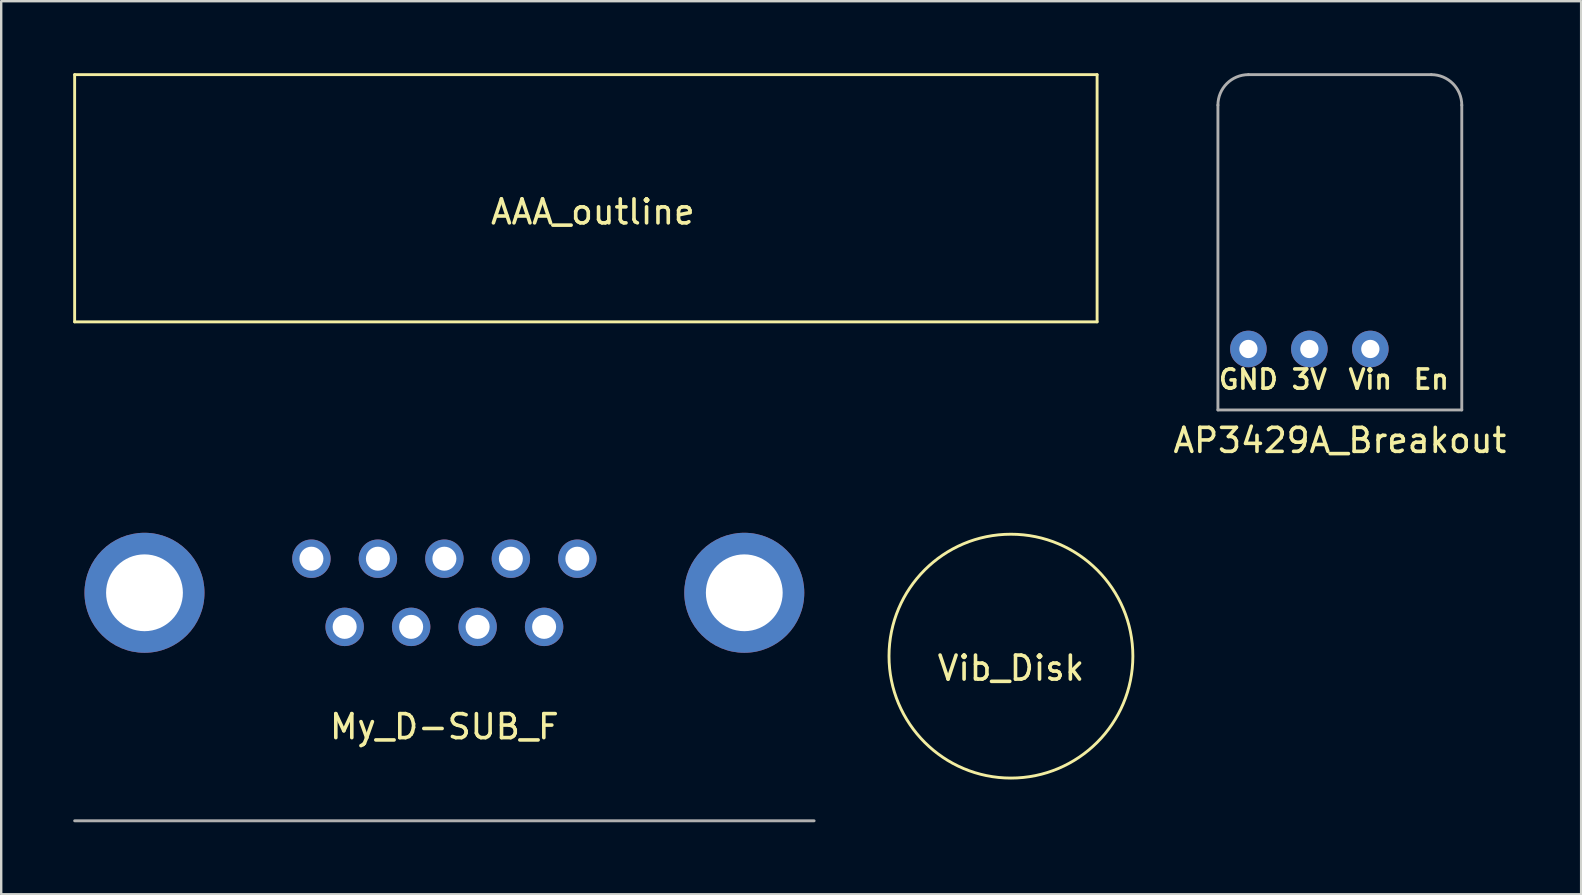
<source format=kicad_pcb>
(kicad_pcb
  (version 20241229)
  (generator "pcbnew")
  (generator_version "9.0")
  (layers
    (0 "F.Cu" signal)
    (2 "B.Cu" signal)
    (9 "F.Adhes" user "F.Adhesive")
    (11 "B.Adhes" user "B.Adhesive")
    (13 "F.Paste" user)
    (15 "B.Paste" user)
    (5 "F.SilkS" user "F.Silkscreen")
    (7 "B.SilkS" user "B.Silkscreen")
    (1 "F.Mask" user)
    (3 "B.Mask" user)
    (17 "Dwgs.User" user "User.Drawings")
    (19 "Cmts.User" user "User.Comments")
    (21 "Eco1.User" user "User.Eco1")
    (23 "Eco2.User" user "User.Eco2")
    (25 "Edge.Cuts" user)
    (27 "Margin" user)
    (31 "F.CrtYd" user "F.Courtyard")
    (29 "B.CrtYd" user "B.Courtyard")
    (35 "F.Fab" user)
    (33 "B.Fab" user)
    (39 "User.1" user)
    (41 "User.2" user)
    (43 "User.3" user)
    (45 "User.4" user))
  (footprint "AP3429A_Breakout"
    (layer "F.Cu")
    (at 54.044 8.95)
    (property "Reference" "AP3429A_Breakout" (at -1.27 6.35 0) (layer "F.SilkS") (effects (font (size 1 1) (thickness 0.15))))
    (attr through_hole)
    (fp_line (start -6.35 5.08) (end -6.35 -7.62) (stroke (width 0.12) (type solid)) (layer "F.Fab"))
    (fp_line (start -6.35 5.08) (end 3.81 5.08) (stroke (width 0.12) (type solid)) (layer "F.Fab"))
    (fp_line (start -5.08 -8.89) (end 2.54 -8.89) (stroke (width 0.12) (type solid)) (layer "F.Fab"))
    (fp_line (start 3.81 5.08) (end 3.81 -7.62) (stroke (width 0.12) (type solid)) (layer "F.Fab"))
    (fp_arc (start -6.35 -7.62) (mid -5.978026 -8.518026) (end -5.08 -8.89) (stroke (width 0.12) (type solid)) (layer "F.Fab"))
    (fp_arc (start 2.54 -8.89) (mid 3.438026 -8.518026) (end 3.81 -7.62) (stroke (width 0.12) (type solid)) (layer "F.Fab"))
    (fp_text user "En" (at 2.54 3.81 0) (layer "F.SilkS") (effects (font (size 0.8 0.8) (thickness 0.15))))
    (fp_text user "GND" (at -5.08 3.81 0) (layer "F.SilkS") (effects (font (size 0.8 0.8) (thickness 0.15))))
    (fp_text user "Vin" (at 0 3.81 0) (layer "F.SilkS") (effects (font (size 0.8 0.8) (thickness 0.15))))
    (fp_text user "3V" (at -2.54 3.81 0) (layer "F.SilkS") (effects (font (size 0.8 0.8) (thickness 0.15))))
    (pad "1" thru_hole circle (at -5.08 2.54) (size 1.524 1.524) (drill 0.762) (layers "*.Cu" "*.Mask"))
    (pad "2" thru_hole circle (at -2.54 2.54) (size 1.524 1.524) (drill 0.762) (layers "*.Cu" "*.Mask"))
    (pad "3" thru_hole circle (at 0 2.54) (size 1.524 1.524) (drill 0.762) (layers "*.Cu" "*.Mask")))
  (footprint "AAA_outline"
    (layer "F.Cu")
    (at 5.14 12.9)
    (property "Reference" "AAA_outline" (at 16.51 -7.12 0) (layer "F.SilkS") (effects (font (size 1 1) (thickness 0.15))))
    (attr through_hole)
    (fp_line (start -5.08 -12.84) (end -5.08 -2.54) (stroke (width 0.12) (type solid)) (layer "F.SilkS"))
    (fp_line (start -5.08 -2.54) (end 37.52 -2.54) (stroke (width 0.12) (type solid)) (layer "F.SilkS"))
    (fp_line (start 37.52 -12.84) (end -5.08 -12.84) (stroke (width 0.12) (type solid)) (layer "F.SilkS"))
    (fp_line (start 37.52 -2.54) (end 37.52 -12.84) (stroke (width 0.12) (type solid)) (layer "F.SilkS")))
  (footprint "My_D-SUB_F"
    (layer "F.Cu")
    (at 15.465 26.728)
    (property "Reference" "My_D-SUB_F" (at 0 0.5 0) (layer "F.SilkS") (effects (font (size 1 1) (thickness 0.15))))
    (attr through_hole)
    (fp_line (start -15.405 4.42) (end 15.405 4.42) (stroke (width 0.12) (type solid)) (layer "F.Fab"))
    (pad "1" thru_hole circle (at -5.54 -6.5) (size 1.6 1.6) (drill 1) (layers "*.Cu" "*.Mask"))
    (pad "2" thru_hole circle (at -2.77 -6.5) (size 1.6 1.6) (drill 1) (layers "*.Cu" "*.Mask"))
    (pad "3" thru_hole circle (at 0 -6.5) (size 1.6 1.6) (drill 1) (layers "*.Cu" "*.Mask"))
    (pad "4" thru_hole circle (at 2.77 -6.5) (size 1.6 1.6) (drill 1) (layers "*.Cu" "*.Mask"))
    (pad "5" thru_hole circle (at 5.54 -6.5) (size 1.6 1.6) (drill 1) (layers "*.Cu" "*.Mask"))
    (pad "6" thru_hole circle (at -4.155 -3.66) (size 1.6 1.6) (drill 1) (layers "*.Cu" "*.Mask"))
    (pad "7" thru_hole circle (at -1.385 -3.66) (size 1.6 1.6) (drill 1) (layers "*.Cu" "*.Mask"))
    (pad "8" thru_hole circle (at 1.385 -3.66) (size 1.6 1.6) (drill 1) (layers "*.Cu" "*.Mask"))
    (pad "9" thru_hole circle (at 4.155 -3.66) (size 1.6 1.6) (drill 1) (layers "*.Cu" "*.Mask"))
    (pad "10" thru_hole circle (at 12.495 -5.08) (size 5 5) (drill 3.2) (layers "*.Cu" "*.Mask"))
    (pad "11" thru_hole circle (at -12.495 -5.08) (size 5 5) (drill 3.2) (layers "*.Cu" "*.Mask")))
  (footprint "Vib_Disk"
    (layer "F.Cu")
    (at 39.07 24.288)
    (property "Reference" "Vib_Disk" (at 0 0.5 0) (layer "F.SilkS") (effects (font (size 1 1) (thickness 0.15))))
    (attr through_hole)
    (fp_circle (center 0 0) (end 0 5.08) (stroke (width 0.12) (type solid)) (fill no) (layer "F.SilkS")))
  (gr_rect
    (start -3 -3)
    (end 62.827 34.208)
    (stroke (width 0.1) (type default))
    (fill no)
    (layer "Edge.Cuts")))
</source>
